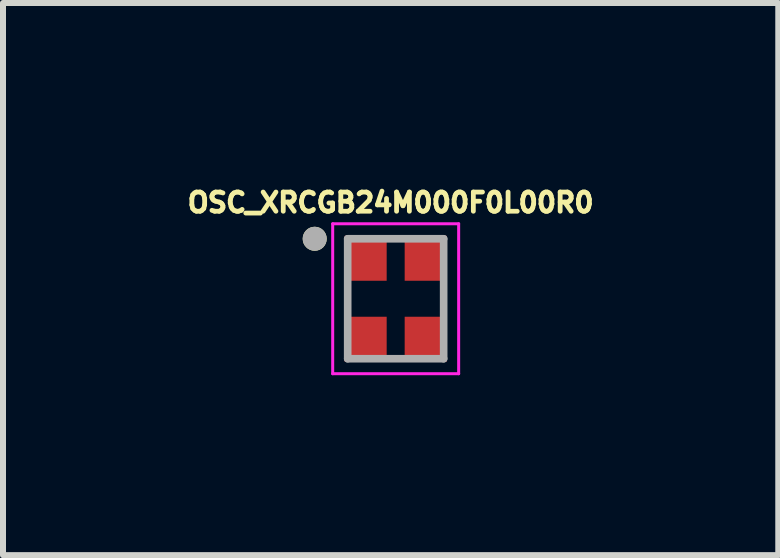
<source format=kicad_pcb>
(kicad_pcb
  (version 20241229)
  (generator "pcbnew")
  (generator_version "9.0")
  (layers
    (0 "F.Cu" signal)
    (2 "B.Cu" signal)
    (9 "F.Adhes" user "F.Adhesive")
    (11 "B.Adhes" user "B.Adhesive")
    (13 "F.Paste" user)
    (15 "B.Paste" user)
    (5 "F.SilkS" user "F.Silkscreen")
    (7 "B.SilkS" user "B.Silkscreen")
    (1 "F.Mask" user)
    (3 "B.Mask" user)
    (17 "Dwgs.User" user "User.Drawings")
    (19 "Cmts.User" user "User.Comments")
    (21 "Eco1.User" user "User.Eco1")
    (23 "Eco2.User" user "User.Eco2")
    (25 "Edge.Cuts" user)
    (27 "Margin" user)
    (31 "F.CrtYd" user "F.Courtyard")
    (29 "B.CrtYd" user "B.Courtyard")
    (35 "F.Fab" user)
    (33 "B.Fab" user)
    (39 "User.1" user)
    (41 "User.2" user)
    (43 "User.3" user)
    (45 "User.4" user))
  (footprint "OSC_XRCGB24M000F0L00R0"
    (layer "F.Cu")
    (at 3.547 1.931)
    (property "Reference" "OSC_XRCGB24M000F0L00R0" (at -0.084 -1.603 0) (layer "F.SilkS") (effects (font (size 0.32 0.32) (thickness 0.15))))
    (attr through_hole)
    (fp_circle (center -1.35 -1) (end -1.25 -1) (stroke (width 0.2) (type solid)) (fill no) (layer "F.SilkS"))
    (fp_line (start -1.05 -1.25) (end 1.05 -1.25) (stroke (width 0.05) (type solid)) (layer "F.CrtYd"))
    (fp_line (start -1.05 1.25) (end -1.05 -1.25) (stroke (width 0.05) (type solid)) (layer "F.CrtYd"))
    (fp_line (start 1.05 -1.25) (end 1.05 1.25) (stroke (width 0.05) (type solid)) (layer "F.CrtYd"))
    (fp_line (start 1.05 1.25) (end -1.05 1.25) (stroke (width 0.05) (type solid)) (layer "F.CrtYd"))
    (fp_line (start -0.8 -1) (end 0.8 -1) (stroke (width 0.127) (type solid)) (layer "F.Fab"))
    (fp_line (start -0.8 1) (end -0.8 -1) (stroke (width 0.127) (type solid)) (layer "F.Fab"))
    (fp_line (start 0.8 -1) (end 0.8 1) (stroke (width 0.127) (type solid)) (layer "F.Fab"))
    (fp_line (start 0.8 1) (end -0.8 1) (stroke (width 0.127) (type solid)) (layer "F.Fab"))
    (fp_circle (center -1.35 -1) (end -1.25 -1) (stroke (width 0.2) (type solid)) (fill no) (layer "F.Fab"))
    (pad "1" smd rect (at -0.5 -0.675) (size 0.7 0.75) (layers "F.Cu" "F.Mask" "F.Paste"))
    (pad "2" smd rect (at -0.5 0.675) (size 0.7 0.75) (layers "F.Cu" "F.Mask" "F.Paste"))
    (pad "3" smd rect (at 0.5 0.675) (size 0.7 0.75) (layers "F.Cu" "F.Mask" "F.Paste"))
    (pad "4" smd rect (at 0.5 -0.675) (size 0.7 0.75) (layers "F.Cu" "F.Mask" "F.Paste")))
  (gr_rect
    (start -3 -3)
    (end 9.926 6.206)
    (stroke (width 0.1) (type default))
    (fill no)
    (layer "Edge.Cuts")))
</source>
